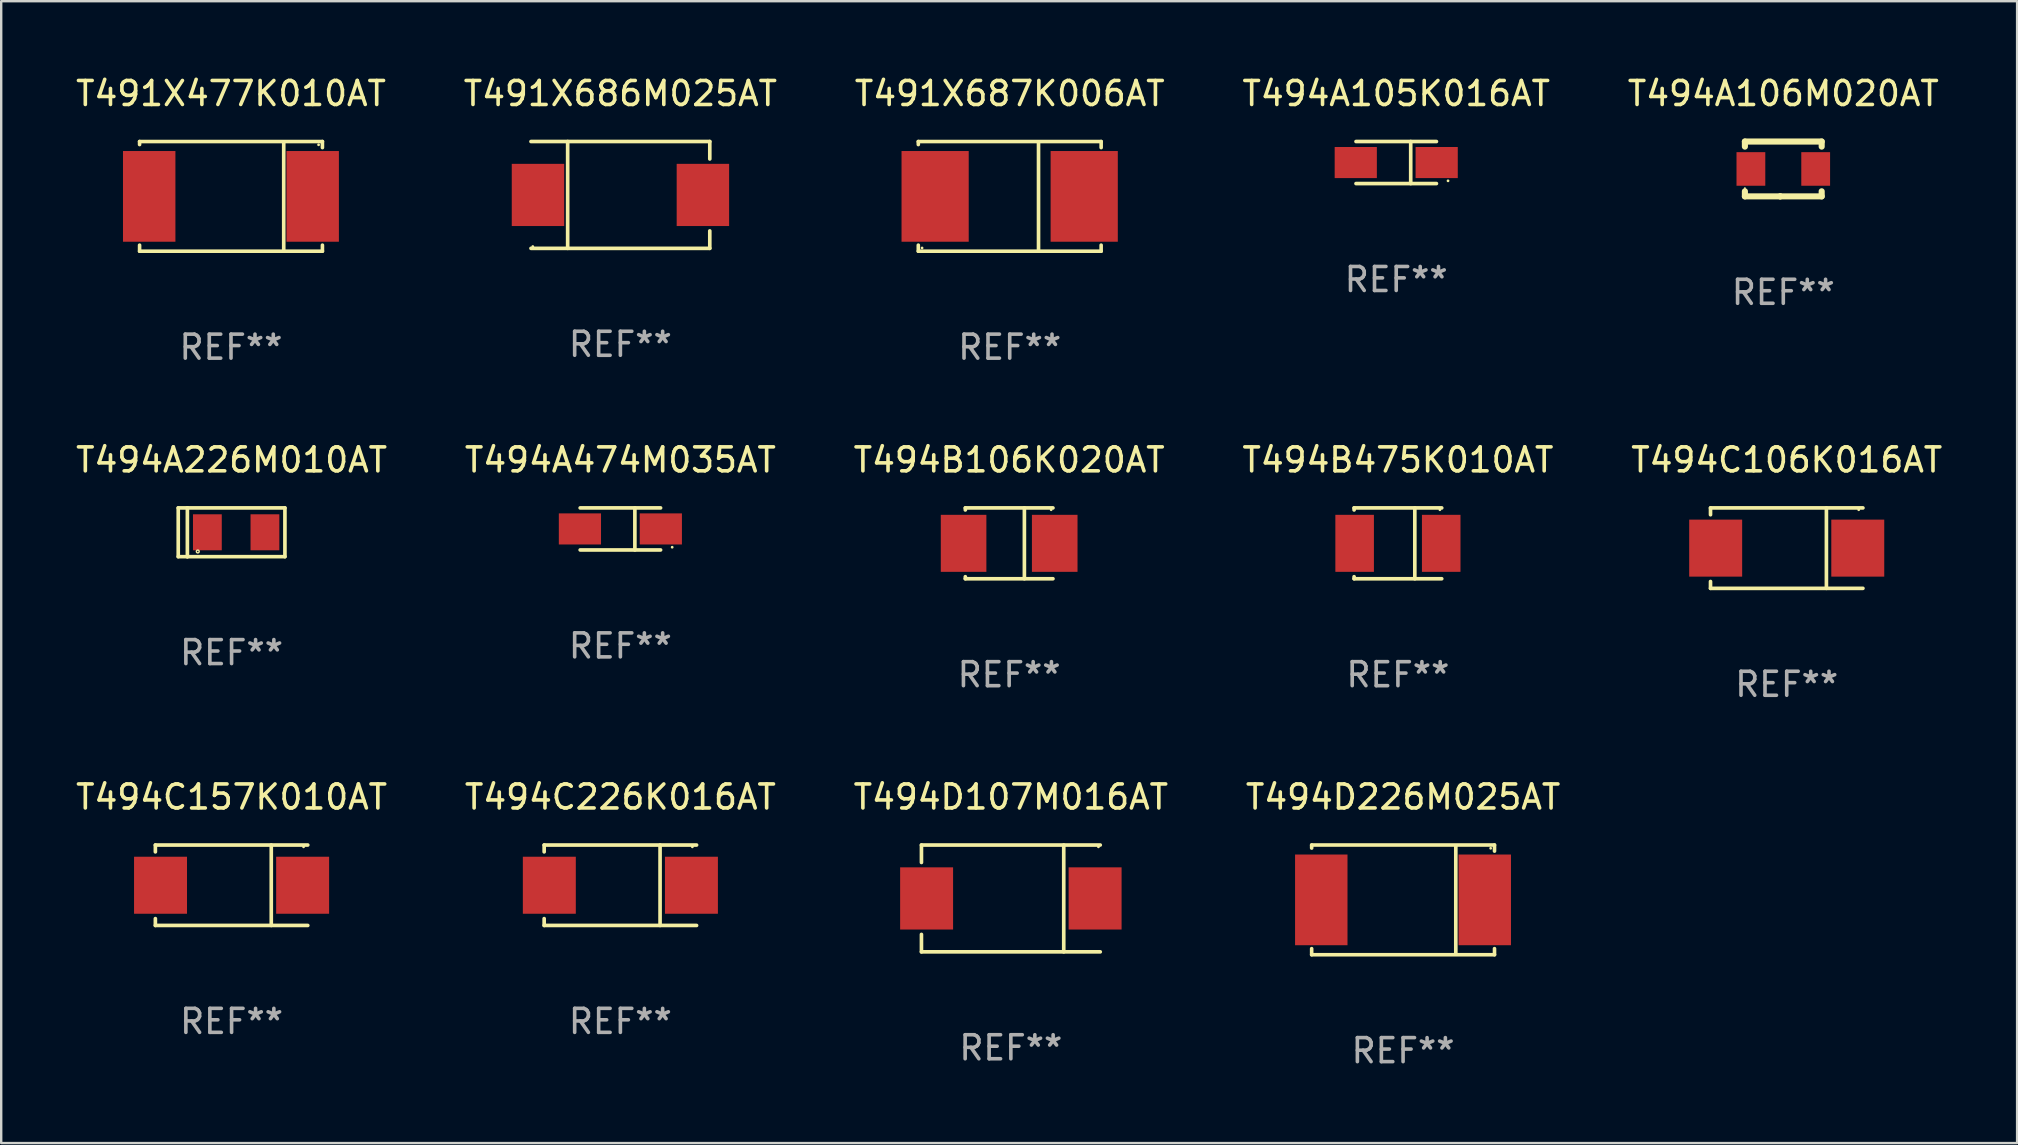
<source format=kicad_pcb>
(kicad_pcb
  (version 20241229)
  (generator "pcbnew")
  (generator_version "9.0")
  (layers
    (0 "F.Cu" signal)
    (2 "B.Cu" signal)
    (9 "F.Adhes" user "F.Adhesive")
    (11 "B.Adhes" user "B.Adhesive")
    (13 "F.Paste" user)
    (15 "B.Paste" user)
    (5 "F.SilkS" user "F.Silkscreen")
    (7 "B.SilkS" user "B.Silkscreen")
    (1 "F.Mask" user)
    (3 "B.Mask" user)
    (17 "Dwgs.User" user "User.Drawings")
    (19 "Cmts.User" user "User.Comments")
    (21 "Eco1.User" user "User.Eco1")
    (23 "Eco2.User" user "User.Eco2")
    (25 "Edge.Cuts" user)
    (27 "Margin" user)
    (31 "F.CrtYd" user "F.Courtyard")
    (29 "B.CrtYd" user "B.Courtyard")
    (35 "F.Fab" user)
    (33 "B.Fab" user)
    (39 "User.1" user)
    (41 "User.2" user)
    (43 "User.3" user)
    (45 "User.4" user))
  (footprint "T494C226K016AT"
    (layer "F.Cu")
    (at 22.804 33.842)
    (property "Reference" "T494C226K016AT" (at 0 -3.676 0) (layer "F.SilkS") (effects (font (size 1 1) (thickness 0.15))))
    (attr through_hole)
    (fp_line (start -3.176 -1.676) (end -3.176 -1.391) (stroke (width 0.152) (type solid)) (layer "F.SilkS"))
    (fp_line (start -3.176 -1.676) (end 3.176 -1.676) (stroke (width 0.152) (type solid)) (layer "F.SilkS"))
    (fp_line (start -3.176 1.676) (end -3.176 1.391) (stroke (width 0.152) (type solid)) (layer "F.SilkS"))
    (fp_line (start -3.176 1.676) (end 3.176 1.676) (stroke (width 0.152) (type solid)) (layer "F.SilkS"))
    (fp_line (start 1.654 -1.676) (end 1.654 1.676) (stroke (width 0.152) (type solid)) (layer "F.SilkS"))
    (fp_circle (center 3 -1.6) (end 3.03 -1.6) (stroke (width 0.06) (type solid)) (fill no) (layer "F.SilkS"))
    (fp_text user "REF**" (at 0 5.676 0) (layer "F.Fab") (effects (font (size 1 1) (thickness 0.15))))
    (pad "1" smd rect (at 2.961 0) (size 2.207 2.376) (layers "F.Cu" "F.Mask" "F.Paste"))
    (pad "2" smd rect (at -2.961 0) (size 2.207 2.376) (layers "F.Cu" "F.Mask" "F.Paste")))
  (footprint "T494A474M035AT"
    (layer "F.Cu")
    (at 22.804 18.993)
    (property "Reference" "T494A474M035AT" (at 0 -2.876 0) (layer "F.SilkS") (effects (font (size 1 1) (thickness 0.15))))
    (attr through_hole)
    (fp_line (start -1.676 -0.876) (end 1.676 -0.876) (stroke (width 0.152) (type solid)) (layer "F.SilkS"))
    (fp_line (start -1.676 0.876) (end 1.676 0.876) (stroke (width 0.152) (type solid)) (layer "F.SilkS"))
    (fp_line (start 0.604 -0.876) (end 0.604 0.876) (stroke (width 0.152) (type solid)) (layer "F.SilkS"))
    (fp_circle (center 2.159 0.762) (end 2.189 0.762) (stroke (width 0.06) (type solid)) (fill no) (layer "F.SilkS"))
    (fp_text user "REF**" (at 0 4.876 0) (layer "F.Fab") (effects (font (size 1 1) (thickness 0.15))))
    (pad "1" smd rect (at 1.686 0) (size 1.758 1.296) (layers "F.Cu" "F.Mask" "F.Paste"))
    (pad "2" smd rect (at -1.686 0) (size 1.758 1.296) (layers "F.Cu" "F.Mask" "F.Paste")))
  (footprint "T494C106K016AT"
    (layer "F.Cu")
    (at 71.411 19.793)
    (property "Reference" "T494C106K016AT" (at 0 -3.676 0) (layer "F.SilkS") (effects (font (size 1 1) (thickness 0.15))))
    (attr through_hole)
    (fp_line (start -3.176 -1.676) (end -3.176 -1.391) (stroke (width 0.152) (type solid)) (layer "F.SilkS"))
    (fp_line (start -3.176 -1.676) (end 3.176 -1.676) (stroke (width 0.152) (type solid)) (layer "F.SilkS"))
    (fp_line (start -3.176 1.676) (end -3.176 1.391) (stroke (width 0.152) (type solid)) (layer "F.SilkS"))
    (fp_line (start -3.176 1.676) (end 3.176 1.676) (stroke (width 0.152) (type solid)) (layer "F.SilkS"))
    (fp_line (start 1.654 -1.676) (end 1.654 1.676) (stroke (width 0.152) (type solid)) (layer "F.SilkS"))
    (fp_circle (center 3 -1.6) (end 3.03 -1.6) (stroke (width 0.06) (type solid)) (fill no) (layer "F.SilkS"))
    (fp_text user "REF**" (at 0 5.676 0) (layer "F.Fab") (effects (font (size 1 1) (thickness 0.15))))
    (pad "1" smd rect (at 2.961 0) (size 2.207 2.376) (layers "F.Cu" "F.Mask" "F.Paste"))
    (pad "2" smd rect (at -2.961 0) (size 2.207 2.376) (layers "F.Cu" "F.Mask" "F.Paste")))
  (footprint "T494A106M020AT"
    (layer "F.Cu")
    (at 71.268 3.991)
    (property "Reference" "T494A106M020AT" (at 0 -3.143 0) (layer "F.SilkS") (effects (font (size 1 1) (thickness 0.15))))
    (attr through_hole)
    (fp_line (start -1.6 1.143) (end -0.128 1.143) (stroke (width 0.254) (type solid)) (layer "F.SilkS"))
    (fp_line (start -1.6 -1.143) (end -1.6 -0.931) (stroke (width 0.254) (type solid)) (layer "F.SilkS"))
    (fp_line (start -1.6 -1.143) (end 1.6 -1.143) (stroke (width 0.254) (type solid)) (layer "F.SilkS"))
    (fp_line (start -1.6 0.931) (end -1.6 1.143) (stroke (width 0.254) (type solid)) (layer "F.SilkS"))
    (fp_line (start -0.128 1.143) (end -0.128 1.143) (stroke (width 0.254) (type solid)) (layer "F.SilkS"))
    (fp_line (start -0.128 1.143) (end 1.6 1.143) (stroke (width 0.254) (type solid)) (layer "F.SilkS"))
    (fp_line (start 1.6 -1.143) (end 1.6 -0.931) (stroke (width 0.254) (type solid)) (layer "F.SilkS"))
    (fp_line (start 1.6 0.931) (end 1.6 1.143) (stroke (width 0.254) (type solid)) (layer "F.SilkS"))
    (fp_circle (center -1.6 0.8) (end -1.58 0.8) (stroke (width 0.04) (type solid)) (fill no) (layer "F.SilkS"))
    (fp_text user "REF**" (at 0 5.143 0) (layer "F.Fab") (effects (font (size 1 1) (thickness 0.15))))
    (pad "1" smd rect (at -1.35 0) (size 1.2 1.4) (layers "F.Cu" "F.Mask" "F.Paste"))
    (pad "2" smd rect (at 1.35 0) (size 1.2 1.4) (layers "F.Cu" "F.Mask" "F.Paste")))
  (footprint "T494A226M010AT"
    (layer "F.Cu")
    (at 6.601 19.133)
    (property "Reference" "T494A226M010AT" (at 0 -3.016 0) (layer "F.SilkS") (effects (font (size 1 1) (thickness 0.15))))
    (attr through_hole)
    (fp_line (start -2.223 -1.016) (end -2.223 1.016) (stroke (width 0.152) (type solid)) (layer "F.SilkS"))
    (fp_line (start -2.223 1.016) (end -1.842 1.016) (stroke (width 0.152) (type solid)) (layer "F.SilkS"))
    (fp_line (start -1.842 -1.016) (end -2.223 -1.016) (stroke (width 0.152) (type solid)) (layer "F.SilkS"))
    (fp_line (start -1.842 -1.016) (end -1.842 1.016) (stroke (width 0.152) (type solid)) (layer "F.SilkS"))
    (fp_line (start -1.842 1.016) (end 2.223 1.016) (stroke (width 0.152) (type solid)) (layer "F.SilkS"))
    (fp_line (start 2.223 -1.016) (end -1.842 -1.016) (stroke (width 0.152) (type solid)) (layer "F.SilkS"))
    (fp_line (start 2.223 1.016) (end 2.223 -1.016) (stroke (width 0.152) (type solid)) (layer "F.SilkS"))
    (fp_circle (center -1.409 0.8) (end -1.38 0.8) (stroke (width 0.06) (type solid)) (fill no) (layer "F.SilkS"))
    (fp_text user "REF**" (at 0 5.016 0) (layer "F.Fab") (effects (font (size 1 1) (thickness 0.15))))
    (pad "1" smd rect (at -1.009 0) (size 1.2 1.5) (layers "F.Cu" "F.Mask" "F.Paste"))
    (pad "2" smd rect (at 1.39 0) (size 1.2 1.5) (layers "F.Cu" "F.Mask" "F.Paste")))
  (footprint "T494B106K020AT"
    (layer "F.Cu")
    (at 39.006 19.593)
    (property "Reference" "T494B106K020AT" (at 0 -3.476 0) (layer "F.SilkS") (effects (font (size 1 1) (thickness 0.15))))
    (attr through_hole)
    (fp_line (start -1.826 -1.476) (end -1.826 -1.391) (stroke (width 0.152) (type solid)) (layer "F.SilkS"))
    (fp_line (start -1.826 -1.476) (end 1.826 -1.476) (stroke (width 0.152) (type solid)) (layer "F.SilkS"))
    (fp_line (start -1.826 1.476) (end -1.826 1.391) (stroke (width 0.152) (type solid)) (layer "F.SilkS"))
    (fp_line (start -1.826 1.476) (end 1.826 1.476) (stroke (width 0.152) (type solid)) (layer "F.SilkS"))
    (fp_line (start 0.635 -1.476) (end 0.635 1.476) (stroke (width 0.152) (type solid)) (layer "F.SilkS"))
    (fp_circle (center 1.75 -1.4) (end 1.78 -1.4) (stroke (width 0.06) (type solid)) (fill no) (layer "F.SilkS"))
    (fp_text user "REF**" (at 0 5.476 0) (layer "F.Fab") (effects (font (size 1 1) (thickness 0.15))))
    (pad "1" smd rect (at 1.899 0) (size 1.9 2.376) (layers "F.Cu" "F.Mask" "F.Paste"))
    (pad "2" smd rect (at -1.899 0) (size 1.9 2.376) (layers "F.Cu" "F.Mask" "F.Paste")))
  (footprint "T494A105K016AT"
    (layer "F.Cu")
    (at 55.137 3.724)
    (property "Reference" "T494A105K016AT" (at 0 -2.876 0) (layer "F.SilkS") (effects (font (size 1 1) (thickness 0.15))))
    (attr through_hole)
    (fp_line (start -1.676 -0.876) (end 1.676 -0.876) (stroke (width 0.152) (type solid)) (layer "F.SilkS"))
    (fp_line (start -1.676 0.876) (end 1.676 0.876) (stroke (width 0.152) (type solid)) (layer "F.SilkS"))
    (fp_line (start 0.604 -0.876) (end 0.604 0.876) (stroke (width 0.152) (type solid)) (layer "F.SilkS"))
    (fp_circle (center 2.159 0.762) (end 2.189 0.762) (stroke (width 0.06) (type solid)) (fill no) (layer "F.SilkS"))
    (fp_text user "REF**" (at 0 4.876 0) (layer "F.Fab") (effects (font (size 1 1) (thickness 0.15))))
    (pad "1" smd rect (at 1.686 0) (size 1.758 1.296) (layers "F.Cu" "F.Mask" "F.Paste"))
    (pad "2" smd rect (at -1.686 0) (size 1.758 1.296) (layers "F.Cu" "F.Mask" "F.Paste")))
  (footprint "T494B475K010AT"
    (layer "F.Cu")
    (at 55.208 19.593)
    (property "Reference" "T494B475K010AT" (at 0 -3.476 0) (layer "F.SilkS") (effects (font (size 1 1) (thickness 0.15))))
    (attr through_hole)
    (fp_line (start -1.826 -1.476) (end -1.826 -1.391) (stroke (width 0.152) (type solid)) (layer "F.SilkS"))
    (fp_line (start -1.826 -1.476) (end 1.826 -1.476) (stroke (width 0.152) (type solid)) (layer "F.SilkS"))
    (fp_line (start -1.826 1.476) (end -1.826 1.391) (stroke (width 0.152) (type solid)) (layer "F.SilkS"))
    (fp_line (start -1.826 1.476) (end 1.826 1.476) (stroke (width 0.152) (type solid)) (layer "F.SilkS"))
    (fp_line (start 0.704 -1.476) (end 0.704 1.476) (stroke (width 0.152) (type solid)) (layer "F.SilkS"))
    (fp_circle (center 1.75 -1.4) (end 1.78 -1.4) (stroke (width 0.06) (type solid)) (fill no) (layer "F.SilkS"))
    (fp_text user "REF**" (at 0 5.476 0) (layer "F.Fab") (effects (font (size 1 1) (thickness 0.15))))
    (pad "1" smd rect (at 1.804 0) (size 1.607 2.376) (layers "F.Cu" "F.Mask" "F.Paste"))
    (pad "2" smd rect (at -1.804 0) (size 1.607 2.376) (layers "F.Cu" "F.Mask" "F.Paste")))
  (footprint "T494D107M016AT"
    (layer "F.Cu")
    (at 39.077 34.392)
    (property "Reference" "T494D107M016AT" (at 0 -4.226 0) (layer "F.SilkS") (effects (font (size 1 1) (thickness 0.15))))
    (attr through_hole)
    (fp_line (start -3.726 -2.226) (end -3.726 -1.499) (stroke (width 0.152) (type solid)) (layer "F.SilkS"))
    (fp_line (start -3.726 -2.226) (end 3.726 -2.226) (stroke (width 0.152) (type solid)) (layer "F.SilkS"))
    (fp_line (start -3.726 2.226) (end -3.726 1.499) (stroke (width 0.152) (type solid)) (layer "F.SilkS"))
    (fp_line (start -3.726 2.226) (end 3.726 2.226) (stroke (width 0.152) (type solid)) (layer "F.SilkS"))
    (fp_line (start 2.204 -2.226) (end 2.204 2.226) (stroke (width 0.152) (type solid)) (layer "F.SilkS"))
    (fp_circle (center 3.65 -2.15) (end 3.68 -2.15) (stroke (width 0.06) (type solid)) (fill no) (layer "F.SilkS"))
    (fp_text user "REF**" (at 0 6.226 0) (layer "F.Fab") (effects (font (size 1 1) (thickness 0.15))))
    (pad "1" smd rect (at 3.511 0) (size 2.207 2.592) (layers "F.Cu" "F.Mask" "F.Paste"))
    (pad "2" smd rect (at -3.511 0) (size 2.207 2.592) (layers "F.Cu" "F.Mask" "F.Paste")))
  (footprint "T491X687K006AT"
    (layer "F.Cu")
    (at 39.03 5.134)
    (property "Reference" "T491X687K006AT" (at 0 -4.286 0) (layer "F.SilkS") (effects (font (size 1 1) (thickness 0.15))))
    (attr through_hole)
    (fp_line (start -3.81 -2.286) (end -3.81 -2.159) (stroke (width 0.15) (type solid)) (layer "F.SilkS"))
    (fp_line (start -3.81 2.032) (end -3.81 2.286) (stroke (width 0.15) (type solid)) (layer "F.SilkS"))
    (fp_line (start -3.81 2.286) (end 3.81 2.286) (stroke (width 0.15) (type solid)) (layer "F.SilkS"))
    (fp_line (start 1.2 -2.236) (end 1.2 2.217) (stroke (width 0.152) (type solid)) (layer "F.SilkS"))
    (fp_line (start 3.81 -2.286) (end -3.81 -2.286) (stroke (width 0.15) (type solid)) (layer "F.SilkS"))
    (fp_line (start 3.81 -2.032) (end 3.81 -2.286) (stroke (width 0.15) (type solid)) (layer "F.SilkS"))
    (fp_line (start 3.81 2.286) (end 3.81 2.032) (stroke (width 0.15) (type solid)) (layer "F.SilkS"))
    (fp_circle (center -3.653 2.15) (end -3.623 2.15) (stroke (width 0.06) (type solid)) (fill no) (layer "F.SilkS"))
    (fp_text user "REF**" (at 0 6.286 0) (layer "F.Fab") (effects (font (size 1 1) (thickness 0.15))))
    (pad "1" smd rect (at -3.109 0) (size 2.8 3.78) (layers "F.Cu" "F.Mask" "F.Paste"))
    (pad "2" smd rect (at 3.104 0) (size 2.8 3.78) (layers "F.Cu" "F.Mask" "F.Paste")))
  (footprint "T491X686M025AT"
    (layer "F.Cu")
    (at 22.804 5.074)
    (property "Reference" "T491X686M025AT" (at 0 -4.226 0) (layer "F.SilkS") (effects (font (size 1 1) (thickness 0.15))))
    (attr through_hole)
    (fp_line (start -3.726 -2.226) (end 3.726 -2.226) (stroke (width 0.152) (type solid)) (layer "F.SilkS"))
    (fp_line (start -3.726 2.226) (end 3.726 2.226) (stroke (width 0.152) (type solid)) (layer "F.SilkS"))
    (fp_line (start -2.197 -2.226) (end -2.197 2.226) (stroke (width 0.152) (type solid)) (layer "F.SilkS"))
    (fp_line (start 3.726 -2.226) (end 3.726 -1.499) (stroke (width 0.152) (type solid)) (layer "F.SilkS"))
    (fp_line (start 3.726 2.226) (end 3.726 1.499) (stroke (width 0.152) (type solid)) (layer "F.SilkS"))
    (fp_circle (center -3.65 2.15) (end -3.62 2.15) (stroke (width 0.06) (type solid)) (fill no) (layer "F.SilkS"))
    (fp_text user "REF**" (at 0 6.226 0) (layer "F.Fab") (effects (font (size 1 1) (thickness 0.15))))
    (pad "1" smd rect (at -3.434 0 180) (size 2.185 2.592) (layers "F.Cu" "F.Mask" "F.Paste"))
    (pad "2" smd rect (at 3.439 0 180) (size 2.185 2.592) (layers "F.Cu" "F.Mask" "F.Paste")))
  (footprint "T494D226M025AT"
    (layer "F.Cu")
    (at 55.423 34.452)
    (property "Reference" "T494D226M025AT" (at 0 -4.286 0) (layer "F.SilkS") (effects (font (size 1 1) (thickness 0.15))))
    (attr through_hole)
    (fp_line (start -3.81 -2.286) (end -3.81 -2.159) (stroke (width 0.15) (type solid)) (layer "F.SilkS"))
    (fp_line (start -3.81 2.032) (end -3.81 2.286) (stroke (width 0.15) (type solid)) (layer "F.SilkS"))
    (fp_line (start -3.81 2.286) (end 3.81 2.286) (stroke (width 0.15) (type solid)) (layer "F.SilkS"))
    (fp_line (start 2.197 -2.226) (end 2.197 2.226) (stroke (width 0.152) (type solid)) (layer "F.SilkS"))
    (fp_line (start 3.81 -2.286) (end -3.81 -2.286) (stroke (width 0.15) (type solid)) (layer "F.SilkS"))
    (fp_line (start 3.81 -2.032) (end 3.81 -2.286) (stroke (width 0.15) (type solid)) (layer "F.SilkS"))
    (fp_line (start 3.81 2.286) (end 3.81 2.032) (stroke (width 0.15) (type solid)) (layer "F.SilkS"))
    (fp_circle (center 3.65 -2.15) (end 3.68 -2.15) (stroke (width 0.06) (type solid)) (fill no) (layer "F.SilkS"))
    (fp_text user "REF**" (at 0 6.286 0) (layer "F.Fab") (effects (font (size 1 1) (thickness 0.15))))
    (pad "1" smd rect (at 3.404 0 180) (size 2.185 3.78) (layers "F.Cu" "F.Mask" "F.Paste"))
    (pad "2" smd rect (at -3.409 0 180) (size 2.185 3.78) (layers "F.Cu" "F.Mask" "F.Paste")))
  (footprint "T491X477K010AT"
    (layer "F.Cu")
    (at 6.577 5.134)
    (property "Reference" "T491X477K010AT" (at 0 -4.286 0) (layer "F.SilkS") (effects (font (size 1 1) (thickness 0.15))))
    (attr through_hole)
    (fp_line (start -3.81 -2.286) (end -3.81 -2.159) (stroke (width 0.15) (type solid)) (layer "F.SilkS"))
    (fp_line (start -3.81 2.032) (end -3.81 2.286) (stroke (width 0.15) (type solid)) (layer "F.SilkS"))
    (fp_line (start -3.81 2.286) (end 3.81 2.286) (stroke (width 0.15) (type solid)) (layer "F.SilkS"))
    (fp_line (start 2.197 -2.226) (end 2.197 2.226) (stroke (width 0.152) (type solid)) (layer "F.SilkS"))
    (fp_line (start 3.81 -2.286) (end -3.81 -2.286) (stroke (width 0.15) (type solid)) (layer "F.SilkS"))
    (fp_line (start 3.81 -2.032) (end 3.81 -2.286) (stroke (width 0.15) (type solid)) (layer "F.SilkS"))
    (fp_line (start 3.81 2.286) (end 3.81 2.032) (stroke (width 0.15) (type solid)) (layer "F.SilkS"))
    (fp_circle (center 3.65 -2.15) (end 3.68 -2.15) (stroke (width 0.06) (type solid)) (fill no) (layer "F.SilkS"))
    (fp_text user "REF**" (at 0 6.286 0) (layer "F.Fab") (effects (font (size 1 1) (thickness 0.15))))
    (pad "1" smd rect (at 3.404 0 180) (size 2.185 3.78) (layers "F.Cu" "F.Mask" "F.Paste"))
    (pad "2" smd rect (at -3.409 0 180) (size 2.185 3.78) (layers "F.Cu" "F.Mask" "F.Paste")))
  (footprint "T494C157K010AT"
    (layer "F.Cu")
    (at 6.601 33.842)
    (property "Reference" "T494C157K010AT" (at 0 -3.676 0) (layer "F.SilkS") (effects (font (size 1 1) (thickness 0.15))))
    (attr through_hole)
    (fp_line (start -3.176 -1.676) (end -3.176 -1.391) (stroke (width 0.152) (type solid)) (layer "F.SilkS"))
    (fp_line (start -3.176 -1.676) (end 3.176 -1.676) (stroke (width 0.152) (type solid)) (layer "F.SilkS"))
    (fp_line (start -3.176 1.676) (end -3.176 1.391) (stroke (width 0.152) (type solid)) (layer "F.SilkS"))
    (fp_line (start -3.176 1.676) (end 3.176 1.676) (stroke (width 0.152) (type solid)) (layer "F.SilkS"))
    (fp_line (start 1.654 -1.676) (end 1.654 1.676) (stroke (width 0.152) (type solid)) (layer "F.SilkS"))
    (fp_circle (center 3 -1.6) (end 3.03 -1.6) (stroke (width 0.06) (type solid)) (fill no) (layer "F.SilkS"))
    (fp_text user "REF**" (at 0 5.676 0) (layer "F.Fab") (effects (font (size 1 1) (thickness 0.15))))
    (pad "1" smd rect (at 2.961 0) (size 2.207 2.376) (layers "F.Cu" "F.Mask" "F.Paste"))
    (pad "2" smd rect (at -2.961 0) (size 2.207 2.376) (layers "F.Cu" "F.Mask" "F.Paste")))
  (gr_rect
    (start -3 -3)
    (end 81.012 44.586)
    (stroke (width 0.1) (type default))
    (fill no)
    (layer "Edge.Cuts")))
</source>
